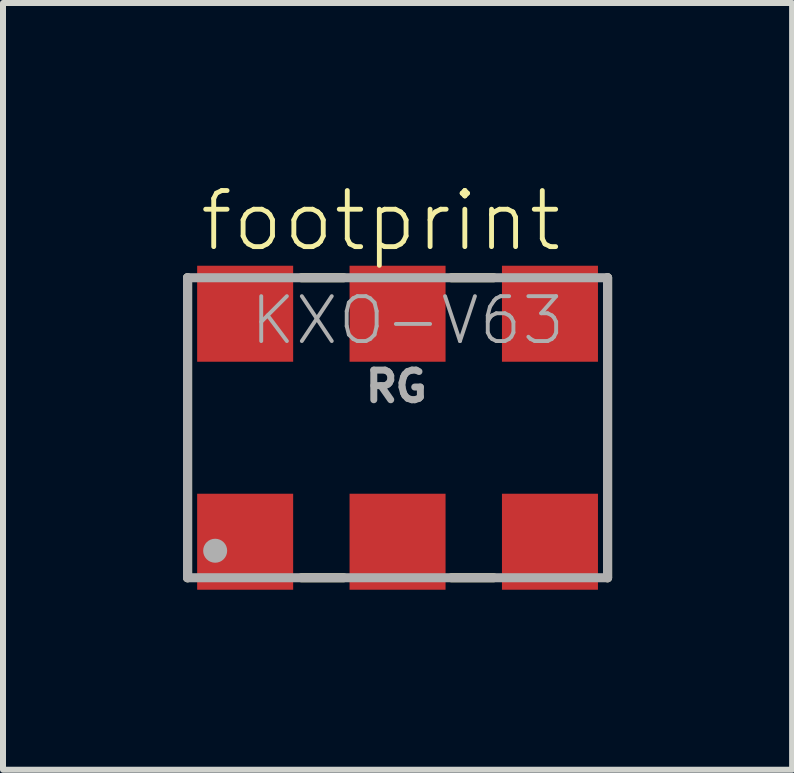
<source format=kicad_pcb>
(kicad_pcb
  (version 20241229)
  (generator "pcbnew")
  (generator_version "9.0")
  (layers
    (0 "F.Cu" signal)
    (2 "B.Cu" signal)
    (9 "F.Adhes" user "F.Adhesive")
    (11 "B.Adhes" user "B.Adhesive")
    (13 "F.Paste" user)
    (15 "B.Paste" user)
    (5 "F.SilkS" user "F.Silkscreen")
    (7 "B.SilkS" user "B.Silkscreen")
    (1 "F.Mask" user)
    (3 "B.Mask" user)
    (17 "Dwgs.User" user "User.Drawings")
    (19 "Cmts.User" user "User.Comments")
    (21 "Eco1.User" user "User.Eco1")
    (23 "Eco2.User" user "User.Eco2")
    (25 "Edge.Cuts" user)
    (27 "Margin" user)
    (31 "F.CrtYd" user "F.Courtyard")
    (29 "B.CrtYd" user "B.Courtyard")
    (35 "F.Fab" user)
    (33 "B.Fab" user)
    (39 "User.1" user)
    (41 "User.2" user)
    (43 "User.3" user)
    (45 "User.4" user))
  (footprint "footprint"
    (layer "F.Cu")
    (at 3.576 4.079)
    (property "Reference" "footprint" (at -3.34 -2.9 0) (layer "F.SilkS") (effects (font (size 0.935 0.935) (thickness 0.081)) (justify left bottom)))
    (fp_line (start -3.5 -2.5) (end -3.5 2.5) (stroke (width 0.152) (type solid)) (layer "F.SilkS"))
    (fp_line (start -1.6 -2.5) (end -0.9 -2.5) (stroke (width 0.152) (type solid)) (layer "F.SilkS"))
    (fp_line (start -1.6 2.5) (end -0.9 2.5) (stroke (width 0.152) (type solid)) (layer "F.SilkS"))
    (fp_line (start 0.9 -2.5) (end 1.6 -2.5) (stroke (width 0.152) (type solid)) (layer "F.SilkS"))
    (fp_line (start 0.9 2.5) (end 1.6 2.5) (stroke (width 0.152) (type solid)) (layer "F.SilkS"))
    (fp_line (start 3.5 -2.5) (end 3.5 2.5) (stroke (width 0.152) (type solid)) (layer "F.SilkS"))
    (fp_line (start -3.5 -2.5) (end -3.5 2.5) (stroke (width 0.152) (type solid)) (layer "F.Fab"))
    (fp_line (start -3.5 2.5) (end 3.5 2.5) (stroke (width 0.152) (type solid)) (layer "F.Fab"))
    (fp_line (start 3.5 -2.5) (end -3.5 -2.5) (stroke (width 0.152) (type solid)) (layer "F.Fab"))
    (fp_line (start 3.5 2.5) (end 3.5 -2.5) (stroke (width 0.152) (type solid)) (layer "F.Fab"))
    (fp_circle (center -3.04 2.05) (end -2.94 2.05) (stroke (width 0.2) (type solid)) (fill no) (layer "F.Fab"))
    (fp_text user "RG" (at -0.59 -0.4 0) (layer "F.Fab") (effects (font (size 0.494 0.494) (thickness 0.116)) (justify left bottom)))
    (fp_text user "KXO-V63" (at -2.493 -1.35 0) (layer "F.Fab") (effects (font (size 0.748 0.748) (thickness 0.065)) (justify left bottom)))
    (pad "1" smd rect (at -2.54 1.9) (size 1.6 1.6) (layers "F.Cu" "F.Mask" "F.Paste"))
    (pad "2" smd rect (at 0 1.9) (size 1.6 1.6) (layers "F.Cu" "F.Mask" "F.Paste"))
    (pad "3" smd rect (at 2.54 1.9) (size 1.6 1.6) (layers "F.Cu" "F.Mask" "F.Paste"))
    (pad "4" smd rect (at 2.54 -1.9) (size 1.6 1.6) (layers "F.Cu" "F.Mask" "F.Paste"))
    (pad "5" smd rect (at 0 -1.9) (size 1.6 1.6) (layers "F.Cu" "F.Mask" "F.Paste"))
    (pad "6" smd rect (at -2.54 -1.9) (size 1.6 1.6) (layers "F.Cu" "F.Mask" "F.Paste")))
  (gr_rect
    (start -3 -3)
    (end 10.152 9.779)
    (stroke (width 0.1) (type default))
    (fill no)
    (layer "Edge.Cuts")))
</source>
